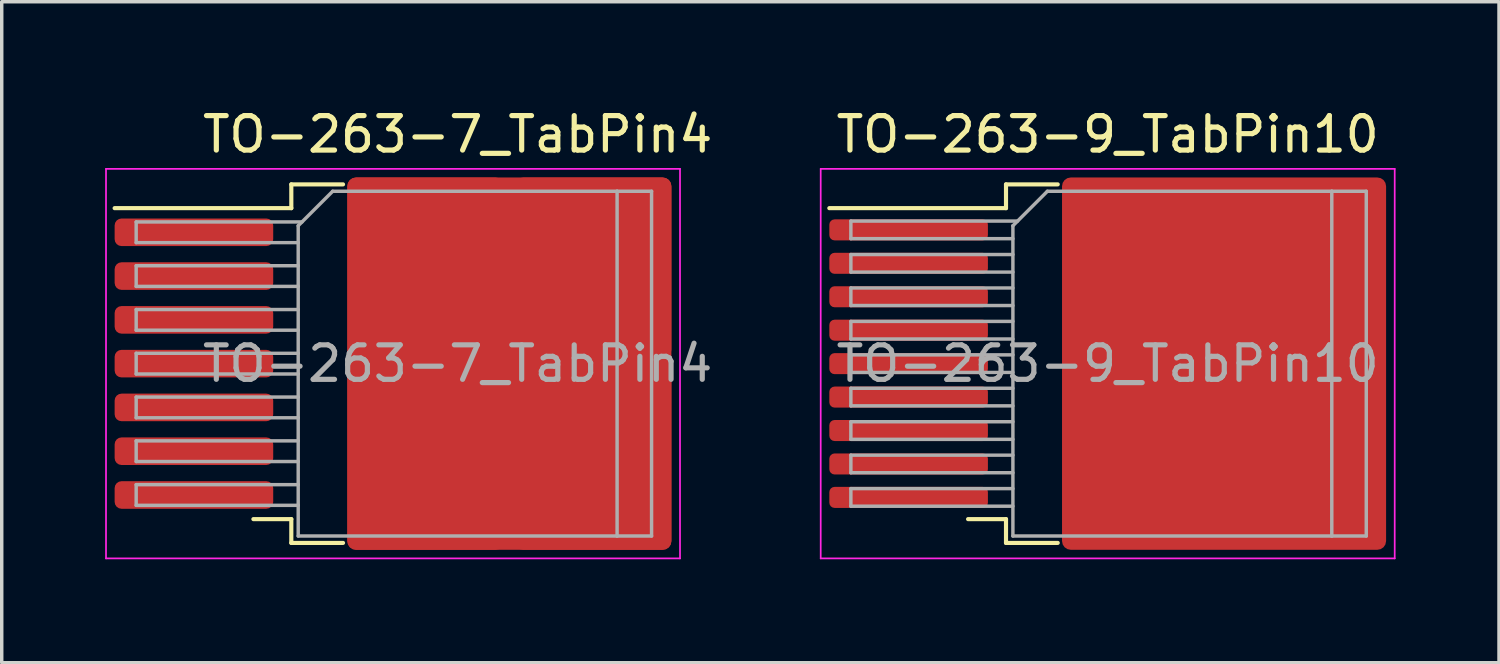
<source format=kicad_pcb>
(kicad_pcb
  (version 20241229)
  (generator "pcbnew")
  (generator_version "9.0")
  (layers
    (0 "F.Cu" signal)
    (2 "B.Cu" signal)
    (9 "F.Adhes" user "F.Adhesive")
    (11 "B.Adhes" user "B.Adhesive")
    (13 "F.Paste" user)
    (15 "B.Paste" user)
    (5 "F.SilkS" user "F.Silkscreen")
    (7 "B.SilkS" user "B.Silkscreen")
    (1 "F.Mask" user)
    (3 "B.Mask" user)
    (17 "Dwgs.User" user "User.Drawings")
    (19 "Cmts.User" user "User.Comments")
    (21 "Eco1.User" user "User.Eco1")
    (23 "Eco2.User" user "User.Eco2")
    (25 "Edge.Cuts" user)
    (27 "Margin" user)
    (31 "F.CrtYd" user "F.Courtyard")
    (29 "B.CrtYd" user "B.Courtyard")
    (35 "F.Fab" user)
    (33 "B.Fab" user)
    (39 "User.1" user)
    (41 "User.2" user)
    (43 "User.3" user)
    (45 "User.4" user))
  (footprint "TO-263-7_TabPin4"
    (layer "F.Cu")
    (at 10.225 7.498)
    (property "Reference" "TO-263-7_TabPin4" (at 0 -6.65 0) (layer "F.SilkS") (effects (font (size 1 1) (thickness 0.15))))
    (attr smd)
    (fp_line (start -4.825 -5.2) (end -4.825 -4.51) (stroke (width 0.12) (type solid)) (layer "F.SilkS"))
    (fp_line (start -4.825 -4.51) (end -9.95 -4.51) (stroke (width 0.12) (type solid)) (layer "F.SilkS"))
    (fp_line (start -4.825 4.51) (end -5.925 4.51) (stroke (width 0.12) (type solid)) (layer "F.SilkS"))
    (fp_line (start -4.825 5.2) (end -4.825 4.51) (stroke (width 0.12) (type solid)) (layer "F.SilkS"))
    (fp_line (start -3.325 -5.2) (end -4.825 -5.2) (stroke (width 0.12) (type solid)) (layer "F.SilkS"))
    (fp_line (start -3.325 5.2) (end -4.825 5.2) (stroke (width 0.12) (type solid)) (layer "F.SilkS"))
    (fp_line (start -10.2 -5.65) (end -10.2 5.65) (stroke (width 0.05) (type solid)) (layer "F.CrtYd"))
    (fp_line (start -10.2 5.65) (end 6.45 5.65) (stroke (width 0.05) (type solid)) (layer "F.CrtYd"))
    (fp_line (start 6.45 -5.65) (end -10.2 -5.65) (stroke (width 0.05) (type solid)) (layer "F.CrtYd"))
    (fp_line (start 6.45 5.65) (end 6.45 -5.65) (stroke (width 0.05) (type solid)) (layer "F.CrtYd"))
    (fp_line (start -9.325 -4.11) (end -9.325 -3.51) (stroke (width 0.1) (type solid)) (layer "F.Fab"))
    (fp_line (start -9.325 -3.51) (end -4.625 -3.51) (stroke (width 0.1) (type solid)) (layer "F.Fab"))
    (fp_line (start -9.325 -2.84) (end -9.325 -2.24) (stroke (width 0.1) (type solid)) (layer "F.Fab"))
    (fp_line (start -9.325 -2.24) (end -4.625 -2.24) (stroke (width 0.1) (type solid)) (layer "F.Fab"))
    (fp_line (start -9.325 -1.57) (end -9.325 -0.97) (stroke (width 0.1) (type solid)) (layer "F.Fab"))
    (fp_line (start -9.325 -0.97) (end -4.625 -0.97) (stroke (width 0.1) (type solid)) (layer "F.Fab"))
    (fp_line (start -9.325 -0.3) (end -9.325 0.3) (stroke (width 0.1) (type solid)) (layer "F.Fab"))
    (fp_line (start -9.325 0.3) (end -4.625 0.3) (stroke (width 0.1) (type solid)) (layer "F.Fab"))
    (fp_line (start -9.325 0.97) (end -9.325 1.57) (stroke (width 0.1) (type solid)) (layer "F.Fab"))
    (fp_line (start -9.325 1.57) (end -4.625 1.57) (stroke (width 0.1) (type solid)) (layer "F.Fab"))
    (fp_line (start -9.325 2.24) (end -9.325 2.84) (stroke (width 0.1) (type solid)) (layer "F.Fab"))
    (fp_line (start -9.325 2.84) (end -4.625 2.84) (stroke (width 0.1) (type solid)) (layer "F.Fab"))
    (fp_line (start -9.325 3.51) (end -9.325 4.11) (stroke (width 0.1) (type solid)) (layer "F.Fab"))
    (fp_line (start -9.325 4.11) (end -4.625 4.11) (stroke (width 0.1) (type solid)) (layer "F.Fab"))
    (fp_line (start -4.625 -4) (end -3.625 -5) (stroke (width 0.1) (type solid)) (layer "F.Fab"))
    (fp_line (start -4.625 -2.84) (end -9.325 -2.84) (stroke (width 0.1) (type solid)) (layer "F.Fab"))
    (fp_line (start -4.625 -1.57) (end -9.325 -1.57) (stroke (width 0.1) (type solid)) (layer "F.Fab"))
    (fp_line (start -4.625 -0.3) (end -9.325 -0.3) (stroke (width 0.1) (type solid)) (layer "F.Fab"))
    (fp_line (start -4.625 0.97) (end -9.325 0.97) (stroke (width 0.1) (type solid)) (layer "F.Fab"))
    (fp_line (start -4.625 2.24) (end -9.325 2.24) (stroke (width 0.1) (type solid)) (layer "F.Fab"))
    (fp_line (start -4.625 3.51) (end -9.325 3.51) (stroke (width 0.1) (type solid)) (layer "F.Fab"))
    (fp_line (start -4.625 5) (end -4.625 -4) (stroke (width 0.1) (type solid)) (layer "F.Fab"))
    (fp_line (start -4.515 -4.11) (end -9.325 -4.11) (stroke (width 0.1) (type solid)) (layer "F.Fab"))
    (fp_line (start -3.625 -5) (end 4.625 -5) (stroke (width 0.1) (type solid)) (layer "F.Fab"))
    (fp_line (start 4.625 -5) (end 4.625 5) (stroke (width 0.1) (type solid)) (layer "F.Fab"))
    (fp_line (start 4.625 -5) (end 5.625 -5) (stroke (width 0.1) (type solid)) (layer "F.Fab"))
    (fp_line (start 4.625 5) (end -4.625 5) (stroke (width 0.1) (type solid)) (layer "F.Fab"))
    (fp_line (start 5.625 -5) (end 5.625 5) (stroke (width 0.1) (type solid)) (layer "F.Fab"))
    (fp_line (start 5.625 5) (end 4.625 5) (stroke (width 0.1) (type solid)) (layer "F.Fab"))
    (fp_text user "${REFERENCE}" (at 0 0 0) (layer "F.Fab") (effects (font (size 1 1) (thickness 0.15))))
    (pad "1" smd roundrect (at -7.65 -3.81) (size 4.6 0.8) (layers "F.Cu" "F.Mask" "F.Paste") (roundrect_rratio 0.25))
    (pad "2" smd roundrect (at -7.65 -2.54) (size 4.6 0.8) (layers "F.Cu" "F.Mask" "F.Paste") (roundrect_rratio 0.25))
    (pad "3" smd roundrect (at -7.65 -1.27) (size 4.6 0.8) (layers "F.Cu" "F.Mask" "F.Paste") (roundrect_rratio 0.25))
    (pad "4" smd roundrect (at -7.65 0) (size 4.6 0.8) (layers "F.Cu" "F.Mask" "F.Paste") (roundrect_rratio 0.25))
    (pad "4" smd roundrect (at -0.925 -2.775) (size 4.55 5.25) (layers "F.Cu" "F.Paste") (roundrect_rratio 0.055))
    (pad "4" smd roundrect (at -0.925 2.775) (size 4.55 5.25) (layers "F.Cu" "F.Paste") (roundrect_rratio 0.055))
    (pad "4" smd roundrect (at 1.5 0) (size 9.4 10.8) (layers "F.Cu" "F.Mask") (roundrect_rratio 0.027))
    (pad "4" smd roundrect (at 3.925 -2.775) (size 4.55 5.25) (layers "F.Cu" "F.Paste") (roundrect_rratio 0.055))
    (pad "4" smd roundrect (at 3.925 2.775) (size 4.55 5.25) (layers "F.Cu" "F.Paste") (roundrect_rratio 0.055))
    (pad "5" smd roundrect (at -7.65 1.27) (size 4.6 0.8) (layers "F.Cu" "F.Mask" "F.Paste") (roundrect_rratio 0.25))
    (pad "6" smd roundrect (at -7.65 2.54) (size 4.6 0.8) (layers "F.Cu" "F.Mask" "F.Paste") (roundrect_rratio 0.25))
    (pad "7" smd roundrect (at -7.65 3.81) (size 4.6 0.8) (layers "F.Cu" "F.Mask" "F.Paste") (roundrect_rratio 0.25)))
  (footprint "TO-263-9_TabPin10"
    (layer "F.Cu")
    (at 30.956 7.498)
    (property "Reference" "TO-263-9_TabPin10" (at -1.875 -6.65 0) (layer "F.SilkS") (effects (font (size 1 1) (thickness 0.15))))
    (attr smd)
    (fp_line (start -4.825 -5.2) (end -4.825 -4.51) (stroke (width 0.12) (type solid)) (layer "F.SilkS"))
    (fp_line (start -4.825 -4.51) (end -9.95 -4.51) (stroke (width 0.12) (type solid)) (layer "F.SilkS"))
    (fp_line (start -4.825 4.51) (end -5.925 4.51) (stroke (width 0.12) (type solid)) (layer "F.SilkS"))
    (fp_line (start -4.825 5.2) (end -4.825 4.51) (stroke (width 0.12) (type solid)) (layer "F.SilkS"))
    (fp_line (start -3.325 -5.2) (end -4.825 -5.2) (stroke (width 0.12) (type solid)) (layer "F.SilkS"))
    (fp_line (start -3.325 5.2) (end -4.825 5.2) (stroke (width 0.12) (type solid)) (layer "F.SilkS"))
    (fp_line (start -10.2 -5.65) (end -10.2 5.65) (stroke (width 0.05) (type solid)) (layer "F.CrtYd"))
    (fp_line (start -10.2 5.65) (end 6.45 5.65) (stroke (width 0.05) (type solid)) (layer "F.CrtYd"))
    (fp_line (start 6.45 -5.65) (end -10.2 -5.65) (stroke (width 0.05) (type solid)) (layer "F.CrtYd"))
    (fp_line (start 6.45 5.65) (end 6.45 -5.65) (stroke (width 0.05) (type solid)) (layer "F.CrtYd"))
    (fp_line (start -9.325 -4.135) (end -9.325 -3.625) (stroke (width 0.1) (type solid)) (layer "F.Fab"))
    (fp_line (start -9.325 -3.625) (end -4.625 -3.625) (stroke (width 0.1) (type solid)) (layer "F.Fab"))
    (fp_line (start -9.325 -3.165) (end -9.325 -2.655) (stroke (width 0.1) (type solid)) (layer "F.Fab"))
    (fp_line (start -9.325 -2.655) (end -4.625 -2.655) (stroke (width 0.1) (type solid)) (layer "F.Fab"))
    (fp_line (start -9.325 -2.195) (end -9.325 -1.685) (stroke (width 0.1) (type solid)) (layer "F.Fab"))
    (fp_line (start -9.325 -1.685) (end -4.625 -1.685) (stroke (width 0.1) (type solid)) (layer "F.Fab"))
    (fp_line (start -9.325 -1.225) (end -9.325 -0.715) (stroke (width 0.1) (type solid)) (layer "F.Fab"))
    (fp_line (start -9.325 -0.715) (end -4.625 -0.715) (stroke (width 0.1) (type solid)) (layer "F.Fab"))
    (fp_line (start -9.325 -0.255) (end -9.325 0.255) (stroke (width 0.1) (type solid)) (layer "F.Fab"))
    (fp_line (start -9.325 0.255) (end -4.625 0.255) (stroke (width 0.1) (type solid)) (layer "F.Fab"))
    (fp_line (start -9.325 0.715) (end -9.325 1.225) (stroke (width 0.1) (type solid)) (layer "F.Fab"))
    (fp_line (start -9.325 1.225) (end -4.625 1.225) (stroke (width 0.1) (type solid)) (layer "F.Fab"))
    (fp_line (start -9.325 1.685) (end -9.325 2.195) (stroke (width 0.1) (type solid)) (layer "F.Fab"))
    (fp_line (start -9.325 2.195) (end -4.625 2.195) (stroke (width 0.1) (type solid)) (layer "F.Fab"))
    (fp_line (start -9.325 2.655) (end -9.325 3.165) (stroke (width 0.1) (type solid)) (layer "F.Fab"))
    (fp_line (start -9.325 3.165) (end -4.625 3.165) (stroke (width 0.1) (type solid)) (layer "F.Fab"))
    (fp_line (start -9.325 3.625) (end -9.325 4.135) (stroke (width 0.1) (type solid)) (layer "F.Fab"))
    (fp_line (start -9.325 4.135) (end -4.625 4.135) (stroke (width 0.1) (type solid)) (layer "F.Fab"))
    (fp_line (start -4.625 -4) (end -3.625 -5) (stroke (width 0.1) (type solid)) (layer "F.Fab"))
    (fp_line (start -4.625 -3.165) (end -9.325 -3.165) (stroke (width 0.1) (type solid)) (layer "F.Fab"))
    (fp_line (start -4.625 -2.195) (end -9.325 -2.195) (stroke (width 0.1) (type solid)) (layer "F.Fab"))
    (fp_line (start -4.625 -1.225) (end -9.325 -1.225) (stroke (width 0.1) (type solid)) (layer "F.Fab"))
    (fp_line (start -4.625 -0.255) (end -9.325 -0.255) (stroke (width 0.1) (type solid)) (layer "F.Fab"))
    (fp_line (start -4.625 0.715) (end -9.325 0.715) (stroke (width 0.1) (type solid)) (layer "F.Fab"))
    (fp_line (start -4.625 1.685) (end -9.325 1.685) (stroke (width 0.1) (type solid)) (layer "F.Fab"))
    (fp_line (start -4.625 2.655) (end -9.325 2.655) (stroke (width 0.1) (type solid)) (layer "F.Fab"))
    (fp_line (start -4.625 3.625) (end -9.325 3.625) (stroke (width 0.1) (type solid)) (layer "F.Fab"))
    (fp_line (start -4.625 5) (end -4.625 -4) (stroke (width 0.1) (type solid)) (layer "F.Fab"))
    (fp_line (start -4.49 -4.135) (end -9.325 -4.135) (stroke (width 0.1) (type solid)) (layer "F.Fab"))
    (fp_line (start -3.625 -5) (end 4.625 -5) (stroke (width 0.1) (type solid)) (layer "F.Fab"))
    (fp_line (start 4.625 -5) (end 4.625 5) (stroke (width 0.1) (type solid)) (layer "F.Fab"))
    (fp_line (start 4.625 -5) (end 5.625 -5) (stroke (width 0.1) (type solid)) (layer "F.Fab"))
    (fp_line (start 4.625 5) (end -4.625 5) (stroke (width 0.1) (type solid)) (layer "F.Fab"))
    (fp_line (start 5.625 -5) (end 5.625 5) (stroke (width 0.1) (type solid)) (layer "F.Fab"))
    (fp_line (start 5.625 5) (end 4.625 5) (stroke (width 0.1) (type solid)) (layer "F.Fab"))
    (fp_text user "${REFERENCE}" (at -1.875 0 0) (layer "F.Fab") (effects (font (size 1 1) (thickness 0.15))))
    (pad "" smd roundrect (at -0.925 -2.775) (size 4.55 5.25) (layers "F.Paste") (roundrect_rratio 0.055))
    (pad "" smd roundrect (at -0.925 2.775) (size 4.55 5.25) (layers "F.Paste") (roundrect_rratio 0.055))
    (pad "" smd roundrect (at 3.925 -2.775) (size 4.55 5.25) (layers "F.Paste") (roundrect_rratio 0.055))
    (pad "" smd roundrect (at 3.925 2.775) (size 4.55 5.25) (layers "F.Paste") (roundrect_rratio 0.055))
    (pad "1" smd roundrect (at -7.65 -3.88) (size 4.6 0.61) (layers "F.Cu" "F.Mask" "F.Paste") (roundrect_rratio 0.25))
    (pad "2" smd roundrect (at -7.65 -2.91) (size 4.6 0.61) (layers "F.Cu" "F.Mask" "F.Paste") (roundrect_rratio 0.25))
    (pad "3" smd roundrect (at -7.65 -1.94) (size 4.6 0.61) (layers "F.Cu" "F.Mask" "F.Paste") (roundrect_rratio 0.25))
    (pad "4" smd roundrect (at -7.65 -0.97) (size 4.6 0.61) (layers "F.Cu" "F.Mask" "F.Paste") (roundrect_rratio 0.25))
    (pad "5" smd roundrect (at -7.65 0) (size 4.6 0.61) (layers "F.Cu" "F.Mask" "F.Paste") (roundrect_rratio 0.25))
    (pad "6" smd roundrect (at -7.65 0.97) (size 4.6 0.61) (layers "F.Cu" "F.Mask" "F.Paste") (roundrect_rratio 0.25))
    (pad "7" smd roundrect (at -7.65 1.94) (size 4.6 0.61) (layers "F.Cu" "F.Mask" "F.Paste") (roundrect_rratio 0.25))
    (pad "8" smd roundrect (at -7.65 2.91) (size 4.6 0.61) (layers "F.Cu" "F.Mask" "F.Paste") (roundrect_rratio 0.25))
    (pad "9" smd roundrect (at -7.65 3.88) (size 4.6 0.61) (layers "F.Cu" "F.Mask" "F.Paste") (roundrect_rratio 0.25))
    (pad "10" smd roundrect (at 1.5 0) (size 9.4 10.8) (layers "F.Cu" "F.Mask") (roundrect_rratio 0.027)))
  (gr_rect
    (start -3 -3)
    (end 40.431 16.173)
    (stroke (width 0.1) (type default))
    (fill no)
    (layer "Edge.Cuts")))
</source>
